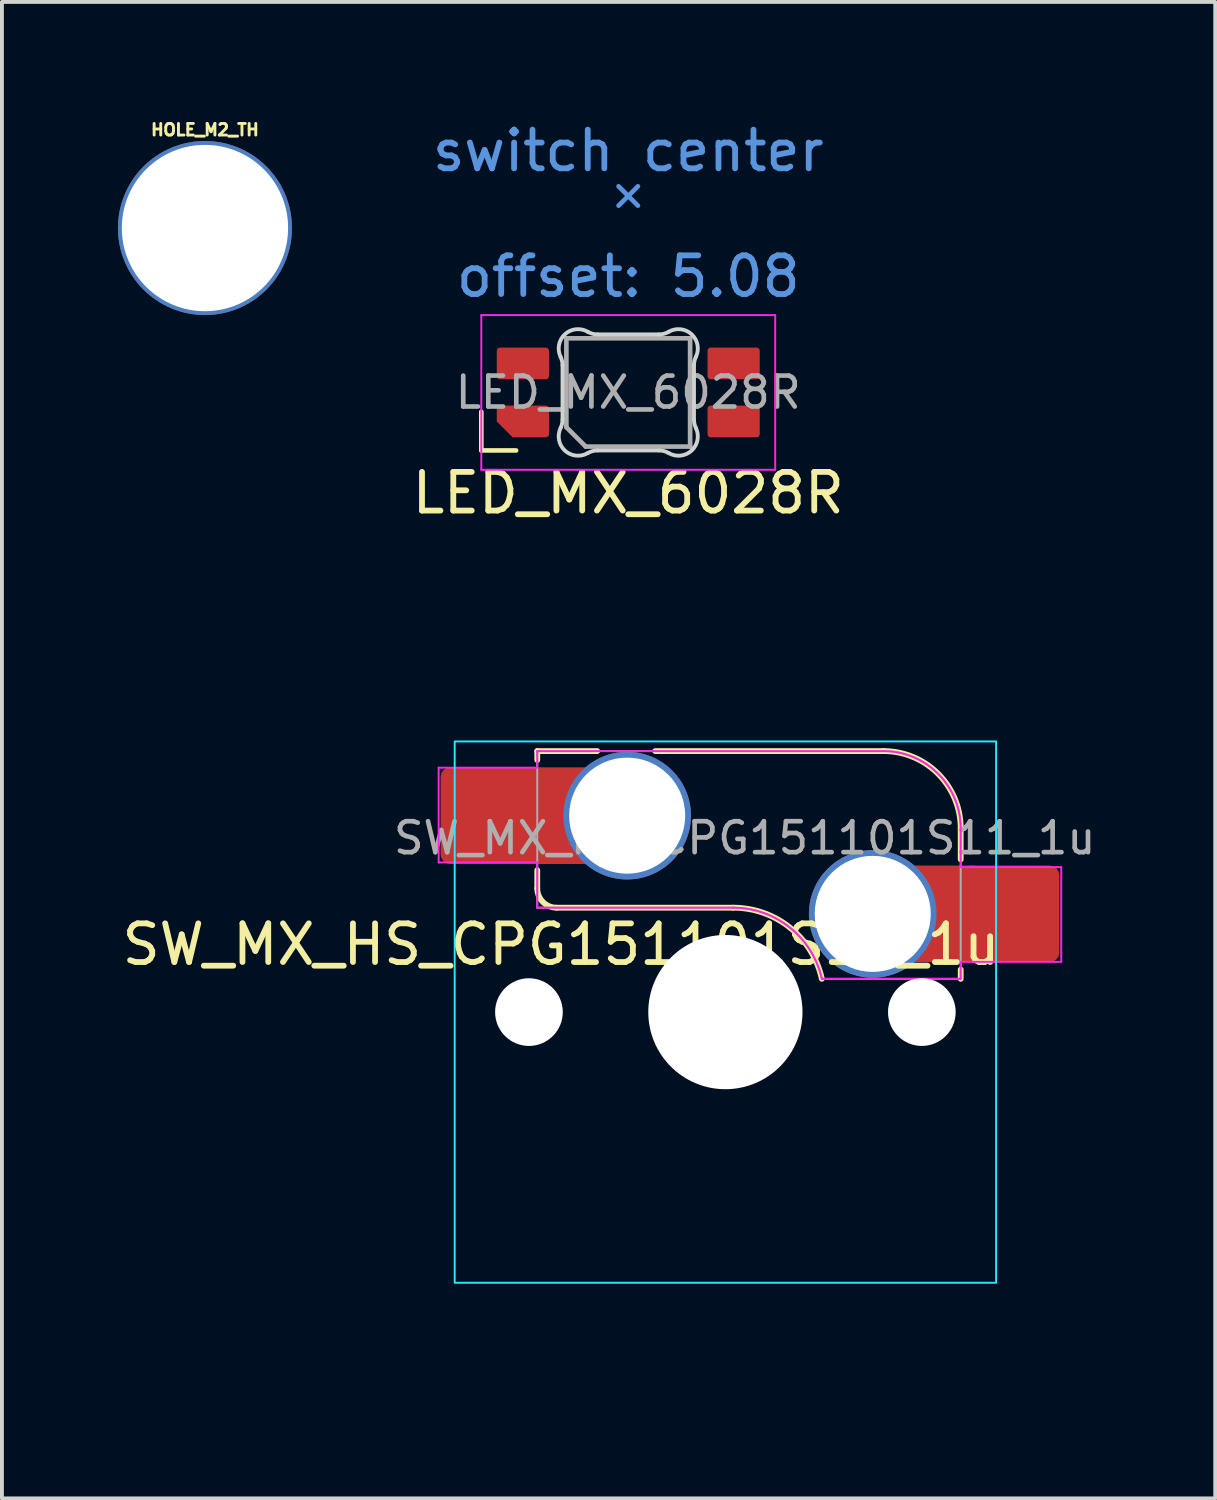
<source format=kicad_pcb>
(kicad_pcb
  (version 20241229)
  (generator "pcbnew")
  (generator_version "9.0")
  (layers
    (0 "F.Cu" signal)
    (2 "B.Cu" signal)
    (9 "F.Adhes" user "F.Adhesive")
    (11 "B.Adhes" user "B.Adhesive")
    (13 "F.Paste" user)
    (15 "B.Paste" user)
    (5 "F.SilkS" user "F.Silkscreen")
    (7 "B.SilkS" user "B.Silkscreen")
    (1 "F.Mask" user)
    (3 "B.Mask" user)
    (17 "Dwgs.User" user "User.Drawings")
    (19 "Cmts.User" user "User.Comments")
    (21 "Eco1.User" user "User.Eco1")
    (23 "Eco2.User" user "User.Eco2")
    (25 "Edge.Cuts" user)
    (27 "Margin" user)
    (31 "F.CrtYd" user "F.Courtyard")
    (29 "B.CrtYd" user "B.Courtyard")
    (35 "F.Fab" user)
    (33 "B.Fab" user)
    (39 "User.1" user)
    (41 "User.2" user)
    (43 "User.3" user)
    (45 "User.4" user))
  (footprint "SW_MX_HS_CPG151101S11_1u"
    (layer "F.Cu")
    (at 15.708 23.122)
    (property "Reference" "SW_MX_HS_CPG151101S11_1u" (at -4.25 -1.75 0) (layer "F.SilkS") (effects (font (size 1 1) (thickness 0.15))))
    (attr smd)
    (fp_line (start -4.865 -6.75) (end -4.865 -6.52) (stroke (width 0.15) (type solid)) (layer "F.SilkS"))
    (fp_line (start -4.865 -3.67) (end -4.865 -3.2) (stroke (width 0.15) (type solid)) (layer "F.SilkS"))
    (fp_line (start -4.365 -2.7) (end 0.2 -2.7) (stroke (width 0.15) (type solid)) (layer "F.SilkS"))
    (fp_line (start -3.315 -6.75) (end -4.865 -6.75) (stroke (width 0.15) (type solid)) (layer "F.SilkS"))
    (fp_line (start 4.085 -6.75) (end -1.815 -6.75) (stroke (width 0.15) (type solid)) (layer "F.SilkS"))
    (fp_line (start 6.085 -3.95) (end 6.085 -4.75) (stroke (width 0.15) (type solid)) (layer "F.SilkS"))
    (fp_line (start 6.085 -1.1) (end 6.085 -0.86) (stroke (width 0.15) (type solid)) (layer "F.SilkS"))
    (fp_arc (start -4.364824 -2.70022) (mid -4.718377 -2.846667) (end -4.864824 -3.20022) (stroke (width 0.15) (type solid)) (layer "F.SilkS"))
    (fp_arc (start 0.2 -2.70022) (mid 1.670693 -2.183637) (end 2.494322 -0.86022) (stroke (width 0.15) (type solid)) (layer "F.SilkS"))
    (fp_arc (start 4.085176 -6.75022) (mid 5.49939 -6.164434) (end 6.085176 -4.75022) (stroke (width 0.15) (type solid)) (layer "F.SilkS"))
    (fp_rect (start -9.525 -9.525) (end 9.525 9.525) (stroke (width 0.1) (type default)) (fill no) (layer "Eco2.User"))
    (fp_rect (start -7 -7) (end 7 7) (stroke (width 0.05) (type default)) (fill no) (layer "Eco2.User"))
    (fp_rect (start -7 -7) (end 7 7) (stroke (width 0.05) (type default)) (fill no) (layer "B.CrtYd"))
    (fp_line (start -7.415 -6.32) (end -4.865 -6.32) (stroke (width 0.05) (type solid)) (layer "F.CrtYd"))
    (fp_line (start -7.415 -3.87) (end -7.415 -6.32) (stroke (width 0.05) (type solid)) (layer "F.CrtYd"))
    (fp_line (start -4.865 -6.75) (end -4.865 -6.32) (stroke (width 0.05) (type solid)) (layer "F.CrtYd"))
    (fp_line (start -4.865 -3.87) (end -7.415 -3.87) (stroke (width 0.05) (type solid)) (layer "F.CrtYd"))
    (fp_line (start -4.865 -3.87) (end -4.865 -2.7) (stroke (width 0.05) (type solid)) (layer "F.CrtYd"))
    (fp_line (start -4.865 -2.7) (end 0.2 -2.7) (stroke (width 0.05) (type solid)) (layer "F.CrtYd"))
    (fp_line (start 4.085 -6.75) (end -4.865 -6.75) (stroke (width 0.05) (type solid)) (layer "F.CrtYd"))
    (fp_line (start 6.085 -3.75) (end 6.085 -4.75) (stroke (width 0.05) (type solid)) (layer "F.CrtYd"))
    (fp_line (start 6.085 -3.75) (end 8.685 -3.75) (stroke (width 0.05) (type solid)) (layer "F.CrtYd"))
    (fp_line (start 6.085 -1.3) (end 6.085 -0.86) (stroke (width 0.05) (type solid)) (layer "F.CrtYd"))
    (fp_line (start 6.085 -0.86) (end 2.494 -0.86) (stroke (width 0.05) (type solid)) (layer "F.CrtYd"))
    (fp_line (start 8.685 -3.75) (end 8.685 -1.3) (stroke (width 0.05) (type solid)) (layer "F.CrtYd"))
    (fp_line (start 8.685 -1.3) (end 6.085 -1.3) (stroke (width 0.05) (type solid)) (layer "F.CrtYd"))
    (fp_arc (start 0.2 -2.70022) (mid 1.670503 -2.183399) (end 2.494322 -0.86022) (stroke (width 0.05) (type solid)) (layer "F.CrtYd"))
    (fp_arc (start 4.085176 -6.75022) (mid 5.49939 -6.164434) (end 6.085176 -4.75022) (stroke (width 0.05) (type solid)) (layer "F.CrtYd"))
    (fp_line (start -4.865 -6.75) (end -4.865 -2.7) (stroke (width 0.05) (type solid)) (layer "F.Fab"))
    (fp_line (start -4.865 -2.7) (end 0.2 -2.7) (stroke (width 0.05) (type solid)) (layer "F.Fab"))
    (fp_line (start 4.085 -6.75) (end -4.865 -6.75) (stroke (width 0.05) (type solid)) (layer "F.Fab"))
    (fp_line (start 6.085 -0.86) (end 2.494 -0.86) (stroke (width 0.05) (type solid)) (layer "F.Fab"))
    (fp_line (start 6.085 -0.86) (end 6.085 -4.75) (stroke (width 0.05) (type solid)) (layer "F.Fab"))
    (fp_arc (start 0.2 -2.70022) (mid 1.670503 -2.183399) (end 2.494322 -0.86022) (stroke (width 0.05) (type solid)) (layer "F.Fab"))
    (fp_arc (start 4.085176 -6.75022) (mid 5.49939 -6.164434) (end 6.085176 -4.75022) (stroke (width 0.05) (type solid)) (layer "F.Fab"))
    (fp_text user "${REFERENCE}" (at 0.5 -4.5 0) (layer "F.Fab") (effects (font (size 0.8 0.8) (thickness 0.12))))
    (pad "" np_thru_hole circle (at -5.08 0) (size 1.75 1.75) (drill 1.75) (layers "*.Cu" "*.Mask"))
    (pad "" np_thru_hole circle (at 0 0) (size 3.988 3.988) (drill 3.988) (layers "*.Cu" "*.Mask"))
    (pad "" np_thru_hole circle (at 5.08 0) (size 1.75 1.75) (drill 1.75) (layers "*.Cu" "*.Mask"))
    (pad "1" thru_hole circle (at 3.81 -2.54) (size 3.3 3.3) (drill 3) (layers "*.Cu" "*.Mask"))
    (pad "1" smd rect (at 5.635 -2.54 180) (size 1.65 2.5) (layers "F.Cu"))
    (pad "1" smd roundrect (at 7.36 -2.54) (size 2.55 2.5) (layers "F.Cu" "F.Mask" "F.Paste") (roundrect_rratio 0.1))
    (pad "2" smd roundrect (at -6.09 -5.08) (size 2.55 2.5) (layers "F.Cu" "F.Mask" "F.Paste") (roundrect_rratio 0.1))
    (pad "2" smd rect (at -4.34 -5.08) (size 1.65 2.5) (layers "F.Cu"))
    (pad "2" thru_hole circle (at -2.54 -5.08) (size 3.3 3.3) (drill 3) (layers "*.Cu" "*.Mask")))
  (footprint "LED_MX_6028R"
    (layer "F.Cu")
    (at 13.196 7.098)
    (property "Reference" "LED_MX_6028R" (at 0 2.6 0) (layer "F.SilkS") (effects (font (size 1 1) (thickness 0.15))))
    (attr smd)
    (fp_line (start -3.8 0.5) (end -3.8 1.5) (stroke (width 0.12) (type solid)) (layer "F.SilkS"))
    (fp_line (start -3.8 1.5) (end -2.9 1.5) (stroke (width 0.12) (type solid)) (layer "F.SilkS"))
    (fp_line (start -0.25 -4.83) (end 0 -5.08) (stroke (width 0.12) (type solid)) (layer "Cmts.User"))
    (fp_line (start 0 -5.08) (end -0.25 -5.33) (stroke (width 0.12) (type solid)) (layer "Cmts.User"))
    (fp_line (start 0 -5.08) (end 0.25 -5.33) (stroke (width 0.12) (type solid)) (layer "Cmts.User"))
    (fp_line (start 0.25 -4.83) (end 0 -5.08) (stroke (width 0.12) (type solid)) (layer "Cmts.User"))
    (fp_line (start -1.7 -0.703) (end -1.7 0.703) (stroke (width 0.1) (type solid)) (layer "Edge.Cuts"))
    (fp_line (start -0.794 1.5) (end 0.794 1.5) (stroke (width 0.1) (type solid)) (layer "Edge.Cuts"))
    (fp_line (start 0.794 -1.5) (end -0.794 -1.5) (stroke (width 0.1) (type solid)) (layer "Edge.Cuts"))
    (fp_line (start 1.7 0.703) (end 1.7 -0.703) (stroke (width 0.1) (type solid)) (layer "Edge.Cuts"))
    (fp_arc (start -1.749484 -0.919721) (mid -1.712527 -0.814069) (end -1.699999 -0.702844) (stroke (width 0.1) (type solid)) (layer "Edge.Cuts"))
    (fp_arc (start -1.749484 -0.919721) (mid -1.638071 -1.504035) (end -1.046711 -1.568299) (stroke (width 0.1) (type solid)) (layer "Edge.Cuts"))
    (fp_arc (start -1.699999 0.702841) (mid -1.712527 0.814067) (end -1.749484 0.919719) (stroke (width 0.1) (type solid)) (layer "Edge.Cuts"))
    (fp_arc (start -1.046711 1.568298) (mid -1.638072 1.504034) (end -1.749484 0.919718) (stroke (width 0.1) (type solid)) (layer "Edge.Cuts"))
    (fp_arc (start -1.046711 1.568298) (mid -0.925123 1.517376) (end -0.794452 1.499999) (stroke (width 0.1) (type solid)) (layer "Edge.Cuts"))
    (fp_arc (start -0.794453 -1.5) (mid -0.925123 -1.517377) (end -1.046711 -1.568299) (stroke (width 0.1) (type solid)) (layer "Edge.Cuts"))
    (fp_arc (start 0.794452 1.499999) (mid 0.925122 1.517376) (end 1.04671 1.568298) (stroke (width 0.1) (type solid)) (layer "Edge.Cuts"))
    (fp_arc (start 1.046711 -1.5683) (mid 0.925123 -1.517378) (end 0.794453 -1.500001) (stroke (width 0.1) (type solid)) (layer "Edge.Cuts"))
    (fp_arc (start 1.046711 -1.5683) (mid 1.638071 -1.504036) (end 1.749484 -0.919721) (stroke (width 0.1) (type solid)) (layer "Edge.Cuts"))
    (fp_arc (start 1.699999 -0.702843) (mid 1.712527 -0.814069) (end 1.749484 -0.919721) (stroke (width 0.1) (type solid)) (layer "Edge.Cuts"))
    (fp_arc (start 1.749484 0.919719) (mid 1.63807 1.504033) (end 1.046711 1.568296) (stroke (width 0.1) (type solid)) (layer "Edge.Cuts"))
    (fp_arc (start 1.749484 0.919719) (mid 1.712527 0.814067) (end 1.699999 0.702842) (stroke (width 0.1) (type solid)) (layer "Edge.Cuts"))
    (fp_line (start -3.8 -2) (end 3.8 -2) (stroke (width 0.05) (type solid)) (layer "F.CrtYd"))
    (fp_line (start -3.8 2) (end -3.8 -2) (stroke (width 0.05) (type solid)) (layer "F.CrtYd"))
    (fp_line (start 3.8 -2) (end 3.8 2) (stroke (width 0.05) (type solid)) (layer "F.CrtYd"))
    (fp_line (start 3.8 2) (end -3.8 2) (stroke (width 0.05) (type solid)) (layer "F.CrtYd"))
    (fp_line (start -1.6 -1.4) (end 1.6 -1.4) (stroke (width 0.12) (type solid)) (layer "F.Fab"))
    (fp_line (start -1.6 0.9) (end -1.6 -1.4) (stroke (width 0.12) (type solid)) (layer "F.Fab"))
    (fp_line (start -1.6 0.9) (end -1.1 1.4) (stroke (width 0.12) (type solid)) (layer "F.Fab"))
    (fp_line (start 1.6 -1.4) (end 1.6 1.4) (stroke (width 0.12) (type solid)) (layer "F.Fab"))
    (fp_line (start 1.6 1.4) (end -1.1 1.4) (stroke (width 0.12) (type solid)) (layer "F.Fab"))
    (fp_text user "switch center" (at 0 -6.25 0) (layer "Cmts.User") (effects (font (size 1 1) (thickness 0.15))))
    (fp_text user "offset: 5.08" (at 0 -3 0) (layer "Cmts.User") (effects (font (size 1 1) (thickness 0.15))))
    (fp_text user "${REFERENCE}" (at 0 0 0) (layer "F.Fab") (effects (font (size 0.8 0.8) (thickness 0.12))))
    (pad "1" smd roundrect (at 2.725 -0.75 90) (size 0.82 1.35) (layers "F.Cu" "F.Mask" "F.Paste") (roundrect_rratio 0.1))
    (pad "2" smd roundrect (at 2.725 0.75 90) (size 0.82 1.35) (layers "F.Cu" "F.Mask" "F.Paste") (roundrect_rratio 0.1))
    (pad "3" smd roundrect (at -2.725 -0.75 90) (size 0.82 1.35) (layers "F.Cu" "F.Mask" "F.Paste") (roundrect_rratio 0.1))
    (pad "4" smd roundrect (at -2.725 0.75 90) (size 0.82 1.35) (layers "F.Cu" "F.Mask" "F.Paste") (roundrect_rratio 0.1) (chamfer_ratio 0.5) (chamfer top_left)))
  (footprint "HOLE_M2_TH"
    (layer "F.Cu")
    (at 2.25 2.847)
    (property "Reference" "HOLE_M2_TH" (at 0 -2.54 0) (layer "F.SilkS") (effects (font (size 0.3 0.3) (thickness 0.075))))
    (attr through_hole)
    (pad "" thru_hole circle (at 0 0 90) (size 4.5 4.5) (drill 4.3) (layers "*.Cu" "*.Mask" "Eco2.User")))
  (gr_rect
    (start -3 -3)
    (end 28.375 35.697)
    (stroke (width 0.1) (type default))
    (fill no)
    (layer "Edge.Cuts")))
</source>
